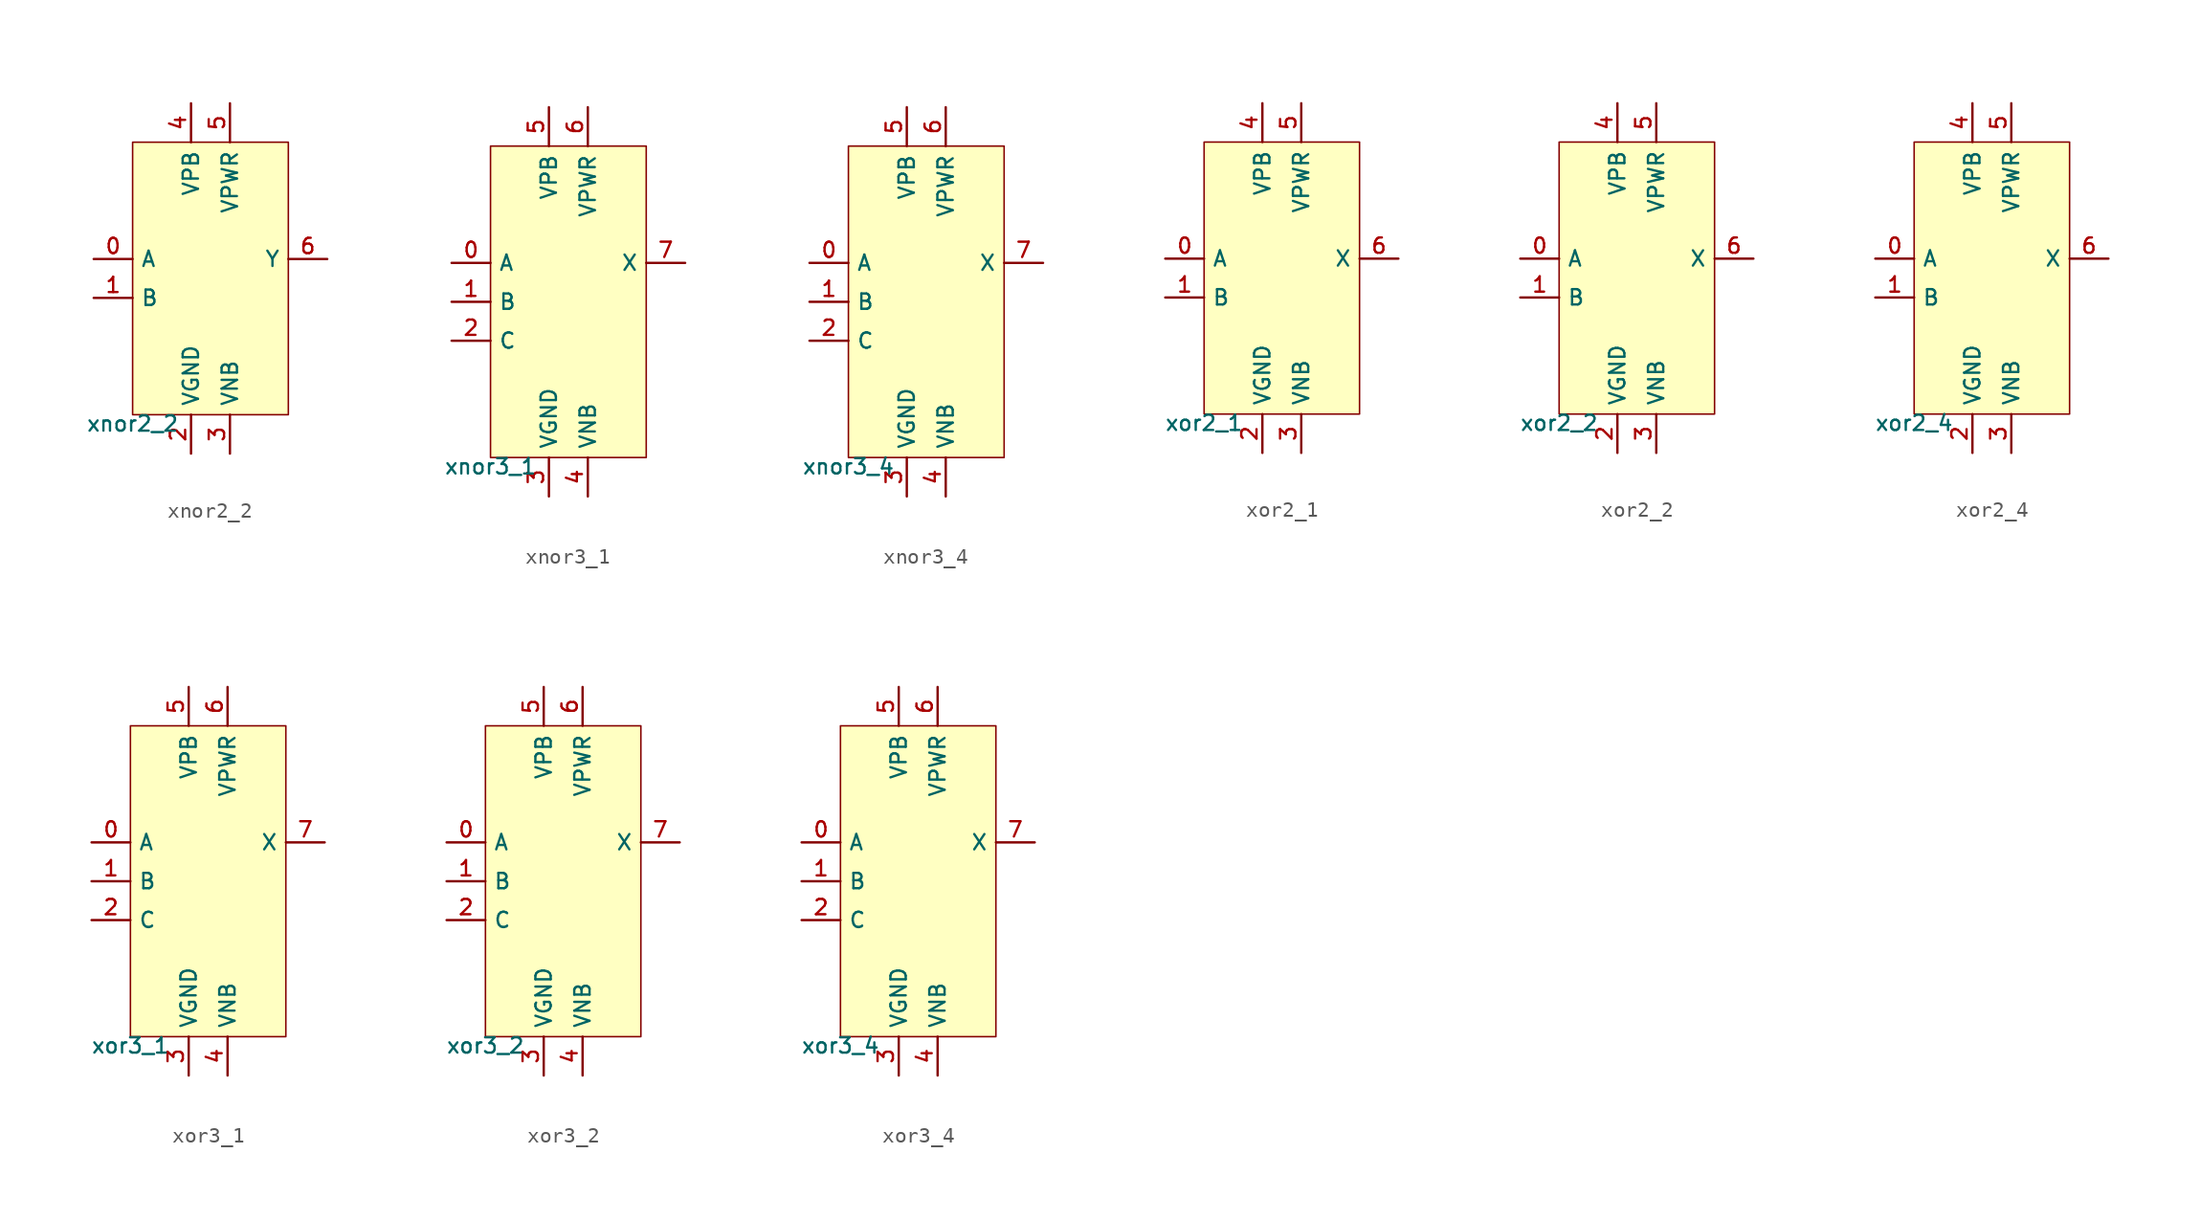
<source format=kicad_sym>
(kicad_symbol_lib
  (version 20211014)
  (generator lef2kicad_sym)
  (symbol "xnor2_2"
    (property "Reference" "CELL"
      (at 0 0 0)
      (effects (font (size 1 1)) hide))
    (property "Value" "xnor2_2"
      (at -5.08 -8.89 0)
      (effects (font (size 1 1)) (justify top)))
    (rectangle
      (start -5.08 -8.89)
      (end 5.08 8.89)
      (stroke (width 0.1) (type solid) (color 0 0 0 0))
      (fill (type background)))
    (pin input line
      (at -7.62 1.27 0)
      (length 2.54)
      (name "A" (effects (font (size 1 1)) hide))
      (number "0" (effects (font (size 1 1)) hide)))
    (pin input line
      (at -7.62 -1.27 0)
      (length 2.54)
      (name "B" (effects (font (size 1 1)) hide))
      (number "1" (effects (font (size 1 1)) hide)))
    (pin power_in line
      (at -1.27 -11.43 90)
      (length 2.54)
      (name "VGND" (effects (font (size 1 1)) hide))
      (number "2" (effects (font (size 1 1)) hide)))
    (pin power_in line
      (at 1.27 -11.43 90)
      (length 2.54)
      (name "VNB" (effects (font (size 1 1)) hide))
      (number "3" (effects (font (size 1 1)) hide)))
    (pin power_in line
      (at -1.27 11.43 270)
      (length 2.54)
      (name "VPB" (effects (font (size 1 1)) hide))
      (number "4" (effects (font (size 1 1)) hide)))
    (pin power_in line
      (at 1.27 11.43 270)
      (length 2.54)
      (name "VPWR" (effects (font (size 1 1)) hide))
      (number "5" (effects (font (size 1 1)) hide)))
    (pin output line
      (at 7.62 1.27 180)
      (length 2.54)
      (name "Y" (effects (font (size 1 1)) hide))
      (number "6" (effects (font (size 1 1)) hide))))
  (symbol "xnor3_1"
    (property "Reference" "CELL"
      (at 0 0 0)
      (effects (font (size 1 1)) hide))
    (property "Value" "xnor3_1"
      (at -5.08 -10.16 0)
      (effects (font (size 1 1)) (justify top)))
    (rectangle
      (start -5.08 -10.16)
      (end 5.08 10.16)
      (stroke (width 0.1) (type solid) (color 0 0 0 0))
      (fill (type background)))
    (pin input line
      (at -7.62 2.54 0)
      (length 2.54)
      (name "A" (effects (font (size 1 1)) hide))
      (number "0" (effects (font (size 1 1)) hide)))
    (pin input line
      (at -7.62 0.0 0)
      (length 2.54)
      (name "B" (effects (font (size 1 1)) hide))
      (number "1" (effects (font (size 1 1)) hide)))
    (pin input line
      (at -7.62 -2.54 0)
      (length 2.54)
      (name "C" (effects (font (size 1 1)) hide))
      (number "2" (effects (font (size 1 1)) hide)))
    (pin power_in line
      (at -1.27 -12.7 90)
      (length 2.54)
      (name "VGND" (effects (font (size 1 1)) hide))
      (number "3" (effects (font (size 1 1)) hide)))
    (pin power_in line
      (at 1.27 -12.7 90)
      (length 2.54)
      (name "VNB" (effects (font (size 1 1)) hide))
      (number "4" (effects (font (size 1 1)) hide)))
    (pin power_in line
      (at -1.27 12.7 270)
      (length 2.54)
      (name "VPB" (effects (font (size 1 1)) hide))
      (number "5" (effects (font (size 1 1)) hide)))
    (pin power_in line
      (at 1.27 12.7 270)
      (length 2.54)
      (name "VPWR" (effects (font (size 1 1)) hide))
      (number "6" (effects (font (size 1 1)) hide)))
    (pin output line
      (at 7.62 2.54 180)
      (length 2.54)
      (name "X" (effects (font (size 1 1)) hide))
      (number "7" (effects (font (size 1 1)) hide))))
  (symbol "xnor3_4"
    (property "Reference" "CELL"
      (at 0 0 0)
      (effects (font (size 1 1)) hide))
    (property "Value" "xnor3_4"
      (at -5.08 -10.16 0)
      (effects (font (size 1 1)) (justify top)))
    (rectangle
      (start -5.08 -10.16)
      (end 5.08 10.16)
      (stroke (width 0.1) (type solid) (color 0 0 0 0))
      (fill (type background)))
    (pin input line
      (at -7.62 2.54 0)
      (length 2.54)
      (name "A" (effects (font (size 1 1)) hide))
      (number "0" (effects (font (size 1 1)) hide)))
    (pin input line
      (at -7.62 0.0 0)
      (length 2.54)
      (name "B" (effects (font (size 1 1)) hide))
      (number "1" (effects (font (size 1 1)) hide)))
    (pin input line
      (at -7.62 -2.54 0)
      (length 2.54)
      (name "C" (effects (font (size 1 1)) hide))
      (number "2" (effects (font (size 1 1)) hide)))
    (pin power_in line
      (at -1.27 -12.7 90)
      (length 2.54)
      (name "VGND" (effects (font (size 1 1)) hide))
      (number "3" (effects (font (size 1 1)) hide)))
    (pin power_in line
      (at 1.27 -12.7 90)
      (length 2.54)
      (name "VNB" (effects (font (size 1 1)) hide))
      (number "4" (effects (font (size 1 1)) hide)))
    (pin power_in line
      (at -1.27 12.7 270)
      (length 2.54)
      (name "VPB" (effects (font (size 1 1)) hide))
      (number "5" (effects (font (size 1 1)) hide)))
    (pin power_in line
      (at 1.27 12.7 270)
      (length 2.54)
      (name "VPWR" (effects (font (size 1 1)) hide))
      (number "6" (effects (font (size 1 1)) hide)))
    (pin output line
      (at 7.62 2.54 180)
      (length 2.54)
      (name "X" (effects (font (size 1 1)) hide))
      (number "7" (effects (font (size 1 1)) hide))))
  (symbol "xor2_1"
    (property "Reference" "CELL"
      (at 0 0 0)
      (effects (font (size 1 1)) hide))
    (property "Value" "xor2_1"
      (at -5.08 -8.89 0)
      (effects (font (size 1 1)) (justify top)))
    (rectangle
      (start -5.08 -8.89)
      (end 5.08 8.89)
      (stroke (width 0.1) (type solid) (color 0 0 0 0))
      (fill (type background)))
    (pin input line
      (at -7.62 1.27 0)
      (length 2.54)
      (name "A" (effects (font (size 1 1)) hide))
      (number "0" (effects (font (size 1 1)) hide)))
    (pin input line
      (at -7.62 -1.27 0)
      (length 2.54)
      (name "B" (effects (font (size 1 1)) hide))
      (number "1" (effects (font (size 1 1)) hide)))
    (pin power_in line
      (at -1.27 -11.43 90)
      (length 2.54)
      (name "VGND" (effects (font (size 1 1)) hide))
      (number "2" (effects (font (size 1 1)) hide)))
    (pin power_in line
      (at 1.27 -11.43 90)
      (length 2.54)
      (name "VNB" (effects (font (size 1 1)) hide))
      (number "3" (effects (font (size 1 1)) hide)))
    (pin power_in line
      (at -1.27 11.43 270)
      (length 2.54)
      (name "VPB" (effects (font (size 1 1)) hide))
      (number "4" (effects (font (size 1 1)) hide)))
    (pin power_in line
      (at 1.27 11.43 270)
      (length 2.54)
      (name "VPWR" (effects (font (size 1 1)) hide))
      (number "5" (effects (font (size 1 1)) hide)))
    (pin output line
      (at 7.62 1.27 180)
      (length 2.54)
      (name "X" (effects (font (size 1 1)) hide))
      (number "6" (effects (font (size 1 1)) hide))))
  (symbol "xor2_2"
    (property "Reference" "CELL"
      (at 0 0 0)
      (effects (font (size 1 1)) hide))
    (property "Value" "xor2_2"
      (at -5.08 -8.89 0)
      (effects (font (size 1 1)) (justify top)))
    (rectangle
      (start -5.08 -8.89)
      (end 5.08 8.89)
      (stroke (width 0.1) (type solid) (color 0 0 0 0))
      (fill (type background)))
    (pin input line
      (at -7.62 1.27 0)
      (length 2.54)
      (name "A" (effects (font (size 1 1)) hide))
      (number "0" (effects (font (size 1 1)) hide)))
    (pin input line
      (at -7.62 -1.27 0)
      (length 2.54)
      (name "B" (effects (font (size 1 1)) hide))
      (number "1" (effects (font (size 1 1)) hide)))
    (pin power_in line
      (at -1.27 -11.43 90)
      (length 2.54)
      (name "VGND" (effects (font (size 1 1)) hide))
      (number "2" (effects (font (size 1 1)) hide)))
    (pin power_in line
      (at 1.27 -11.43 90)
      (length 2.54)
      (name "VNB" (effects (font (size 1 1)) hide))
      (number "3" (effects (font (size 1 1)) hide)))
    (pin power_in line
      (at -1.27 11.43 270)
      (length 2.54)
      (name "VPB" (effects (font (size 1 1)) hide))
      (number "4" (effects (font (size 1 1)) hide)))
    (pin power_in line
      (at 1.27 11.43 270)
      (length 2.54)
      (name "VPWR" (effects (font (size 1 1)) hide))
      (number "5" (effects (font (size 1 1)) hide)))
    (pin output line
      (at 7.62 1.27 180)
      (length 2.54)
      (name "X" (effects (font (size 1 1)) hide))
      (number "6" (effects (font (size 1 1)) hide))))
  (symbol "xor2_4"
    (property "Reference" "CELL"
      (at 0 0 0)
      (effects (font (size 1 1)) hide))
    (property "Value" "xor2_4"
      (at -5.08 -8.89 0)
      (effects (font (size 1 1)) (justify top)))
    (rectangle
      (start -5.08 -8.89)
      (end 5.08 8.89)
      (stroke (width 0.1) (type solid) (color 0 0 0 0))
      (fill (type background)))
    (pin input line
      (at -7.62 1.27 0)
      (length 2.54)
      (name "A" (effects (font (size 1 1)) hide))
      (number "0" (effects (font (size 1 1)) hide)))
    (pin input line
      (at -7.62 -1.27 0)
      (length 2.54)
      (name "B" (effects (font (size 1 1)) hide))
      (number "1" (effects (font (size 1 1)) hide)))
    (pin power_in line
      (at -1.27 -11.43 90)
      (length 2.54)
      (name "VGND" (effects (font (size 1 1)) hide))
      (number "2" (effects (font (size 1 1)) hide)))
    (pin power_in line
      (at 1.27 -11.43 90)
      (length 2.54)
      (name "VNB" (effects (font (size 1 1)) hide))
      (number "3" (effects (font (size 1 1)) hide)))
    (pin power_in line
      (at -1.27 11.43 270)
      (length 2.54)
      (name "VPB" (effects (font (size 1 1)) hide))
      (number "4" (effects (font (size 1 1)) hide)))
    (pin power_in line
      (at 1.27 11.43 270)
      (length 2.54)
      (name "VPWR" (effects (font (size 1 1)) hide))
      (number "5" (effects (font (size 1 1)) hide)))
    (pin output line
      (at 7.62 1.27 180)
      (length 2.54)
      (name "X" (effects (font (size 1 1)) hide))
      (number "6" (effects (font (size 1 1)) hide))))
  (symbol "xor3_1"
    (property "Reference" "CELL"
      (at 0 0 0)
      (effects (font (size 1 1)) hide))
    (property "Value" "xor3_1"
      (at -5.08 -10.16 0)
      (effects (font (size 1 1)) (justify top)))
    (rectangle
      (start -5.08 -10.16)
      (end 5.08 10.16)
      (stroke (width 0.1) (type solid) (color 0 0 0 0))
      (fill (type background)))
    (pin input line
      (at -7.62 2.54 0)
      (length 2.54)
      (name "A" (effects (font (size 1 1)) hide))
      (number "0" (effects (font (size 1 1)) hide)))
    (pin input line
      (at -7.62 0.0 0)
      (length 2.54)
      (name "B" (effects (font (size 1 1)) hide))
      (number "1" (effects (font (size 1 1)) hide)))
    (pin input line
      (at -7.62 -2.54 0)
      (length 2.54)
      (name "C" (effects (font (size 1 1)) hide))
      (number "2" (effects (font (size 1 1)) hide)))
    (pin power_in line
      (at -1.27 -12.7 90)
      (length 2.54)
      (name "VGND" (effects (font (size 1 1)) hide))
      (number "3" (effects (font (size 1 1)) hide)))
    (pin power_in line
      (at 1.27 -12.7 90)
      (length 2.54)
      (name "VNB" (effects (font (size 1 1)) hide))
      (number "4" (effects (font (size 1 1)) hide)))
    (pin power_in line
      (at -1.27 12.7 270)
      (length 2.54)
      (name "VPB" (effects (font (size 1 1)) hide))
      (number "5" (effects (font (size 1 1)) hide)))
    (pin power_in line
      (at 1.27 12.7 270)
      (length 2.54)
      (name "VPWR" (effects (font (size 1 1)) hide))
      (number "6" (effects (font (size 1 1)) hide)))
    (pin output line
      (at 7.62 2.54 180)
      (length 2.54)
      (name "X" (effects (font (size 1 1)) hide))
      (number "7" (effects (font (size 1 1)) hide))))
  (symbol "xor3_2"
    (property "Reference" "CELL"
      (at 0 0 0)
      (effects (font (size 1 1)) hide))
    (property "Value" "xor3_2"
      (at -5.08 -10.16 0)
      (effects (font (size 1 1)) (justify top)))
    (rectangle
      (start -5.08 -10.16)
      (end 5.08 10.16)
      (stroke (width 0.1) (type solid) (color 0 0 0 0))
      (fill (type background)))
    (pin input line
      (at -7.62 2.54 0)
      (length 2.54)
      (name "A" (effects (font (size 1 1)) hide))
      (number "0" (effects (font (size 1 1)) hide)))
    (pin input line
      (at -7.62 0.0 0)
      (length 2.54)
      (name "B" (effects (font (size 1 1)) hide))
      (number "1" (effects (font (size 1 1)) hide)))
    (pin input line
      (at -7.62 -2.54 0)
      (length 2.54)
      (name "C" (effects (font (size 1 1)) hide))
      (number "2" (effects (font (size 1 1)) hide)))
    (pin power_in line
      (at -1.27 -12.7 90)
      (length 2.54)
      (name "VGND" (effects (font (size 1 1)) hide))
      (number "3" (effects (font (size 1 1)) hide)))
    (pin power_in line
      (at 1.27 -12.7 90)
      (length 2.54)
      (name "VNB" (effects (font (size 1 1)) hide))
      (number "4" (effects (font (size 1 1)) hide)))
    (pin power_in line
      (at -1.27 12.7 270)
      (length 2.54)
      (name "VPB" (effects (font (size 1 1)) hide))
      (number "5" (effects (font (size 1 1)) hide)))
    (pin power_in line
      (at 1.27 12.7 270)
      (length 2.54)
      (name "VPWR" (effects (font (size 1 1)) hide))
      (number "6" (effects (font (size 1 1)) hide)))
    (pin output line
      (at 7.62 2.54 180)
      (length 2.54)
      (name "X" (effects (font (size 1 1)) hide))
      (number "7" (effects (font (size 1 1)) hide))))
  (symbol "xor3_4"
    (property "Reference" "CELL"
      (at 0 0 0)
      (effects (font (size 1 1)) hide))
    (property "Value" "xor3_4"
      (at -5.08 -10.16 0)
      (effects (font (size 1 1)) (justify top)))
    (rectangle
      (start -5.08 -10.16)
      (end 5.08 10.16)
      (stroke (width 0.1) (type solid) (color 0 0 0 0))
      (fill (type background)))
    (pin input line
      (at -7.62 2.54 0)
      (length 2.54)
      (name "A" (effects (font (size 1 1)) hide))
      (number "0" (effects (font (size 1 1)) hide)))
    (pin input line
      (at -7.62 0.0 0)
      (length 2.54)
      (name "B" (effects (font (size 1 1)) hide))
      (number "1" (effects (font (size 1 1)) hide)))
    (pin input line
      (at -7.62 -2.54 0)
      (length 2.54)
      (name "C" (effects (font (size 1 1)) hide))
      (number "2" (effects (font (size 1 1)) hide)))
    (pin power_in line
      (at -1.27 -12.7 90)
      (length 2.54)
      (name "VGND" (effects (font (size 1 1)) hide))
      (number "3" (effects (font (size 1 1)) hide)))
    (pin power_in line
      (at 1.27 -12.7 90)
      (length 2.54)
      (name "VNB" (effects (font (size 1 1)) hide))
      (number "4" (effects (font (size 1 1)) hide)))
    (pin power_in line
      (at -1.27 12.7 270)
      (length 2.54)
      (name "VPB" (effects (font (size 1 1)) hide))
      (number "5" (effects (font (size 1 1)) hide)))
    (pin power_in line
      (at 1.27 12.7 270)
      (length 2.54)
      (name "VPWR" (effects (font (size 1 1)) hide))
      (number "6" (effects (font (size 1 1)) hide)))
    (pin output line
      (at 7.62 2.54 180)
      (length 2.54)
      (name "X" (effects (font (size 1 1)) hide))
      (number "7" (effects (font (size 1 1)) hide)))))
</source>
